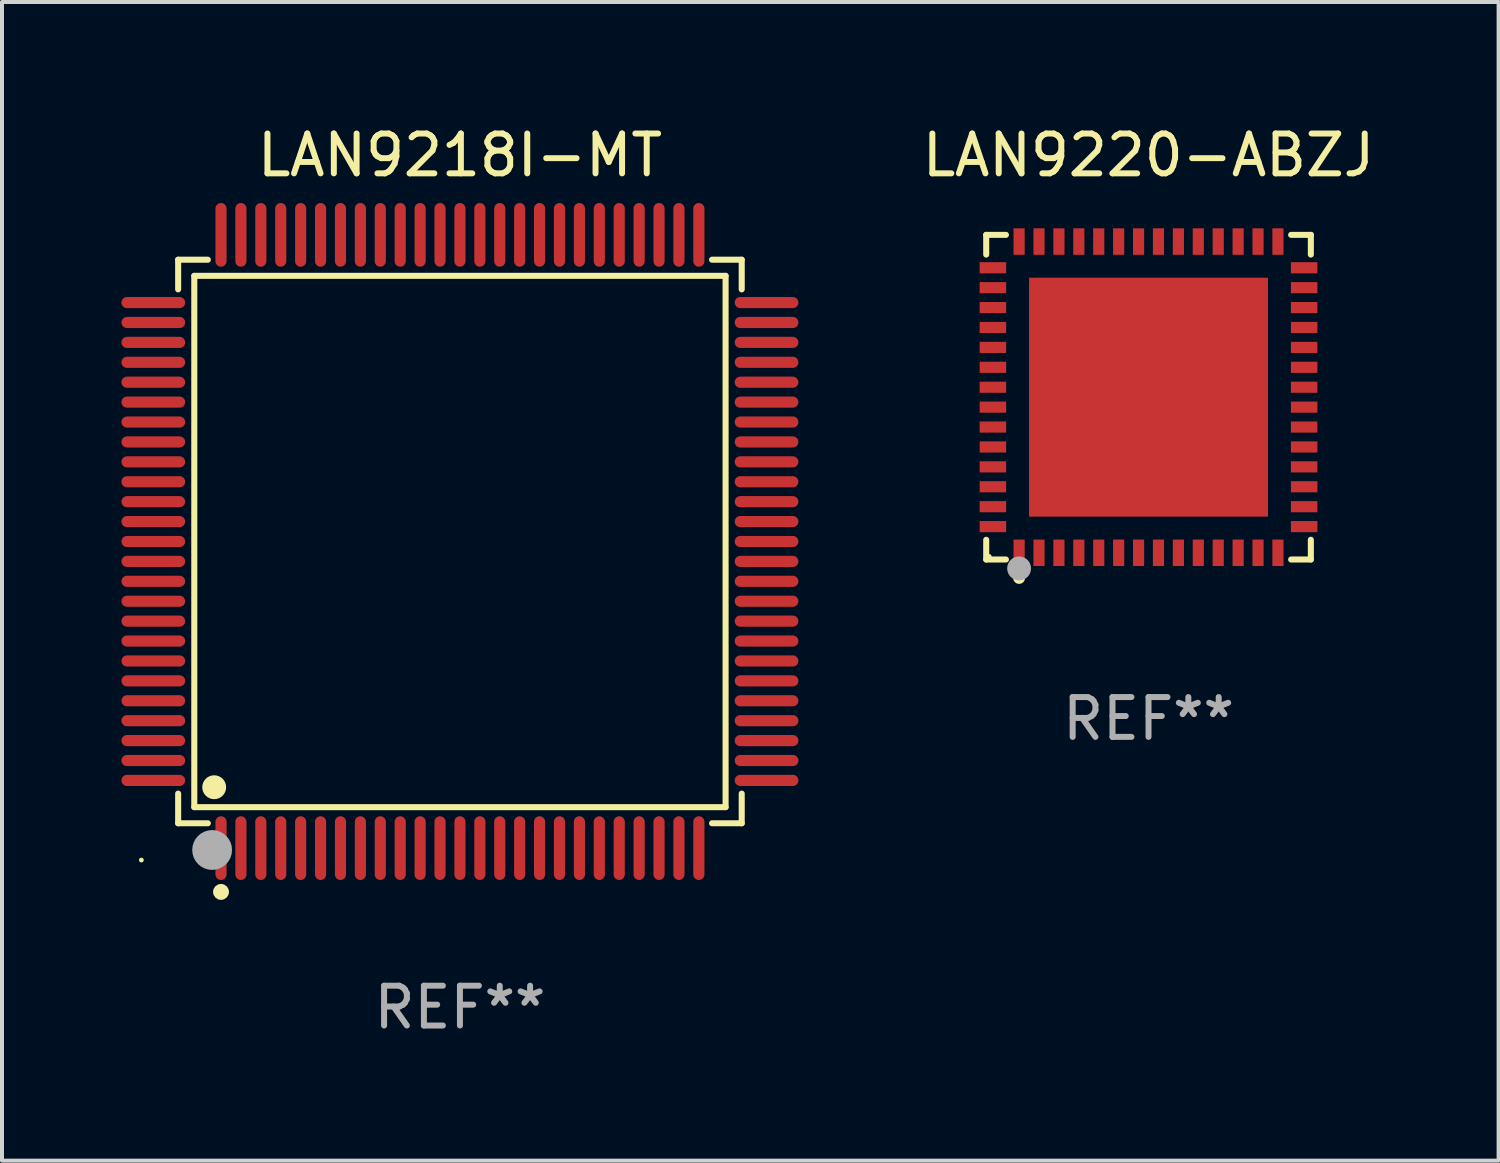
<source format=kicad_pcb>
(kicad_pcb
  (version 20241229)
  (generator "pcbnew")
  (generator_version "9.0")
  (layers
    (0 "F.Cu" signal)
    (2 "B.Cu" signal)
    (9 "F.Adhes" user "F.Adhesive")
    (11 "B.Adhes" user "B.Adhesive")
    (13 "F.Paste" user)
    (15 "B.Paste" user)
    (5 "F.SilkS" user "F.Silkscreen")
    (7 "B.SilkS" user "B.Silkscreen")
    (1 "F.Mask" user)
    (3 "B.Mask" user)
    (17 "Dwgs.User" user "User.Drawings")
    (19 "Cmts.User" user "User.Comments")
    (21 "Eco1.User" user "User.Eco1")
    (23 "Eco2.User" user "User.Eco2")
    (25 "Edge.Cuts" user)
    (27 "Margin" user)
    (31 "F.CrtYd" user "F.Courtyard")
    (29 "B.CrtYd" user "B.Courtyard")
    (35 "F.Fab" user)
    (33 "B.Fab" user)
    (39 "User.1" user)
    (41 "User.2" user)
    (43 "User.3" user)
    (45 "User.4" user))
  (footprint "LAN9218I-MT"
    (layer "F.Cu")
    (at 8.5 10.548)
    (property "Reference" "LAN9218I-MT" (at 0 -9.7 0) (layer "F.SilkS") (effects (font (size 1 1) (thickness 0.15))))
    (attr through_hole)
    (fp_line (start -7.076 -7.076) (end -6.331 -7.076) (stroke (width 0.152) (type solid)) (layer "F.SilkS"))
    (fp_line (start -7.076 -6.331) (end -7.076 -7.076) (stroke (width 0.152) (type solid)) (layer "F.SilkS"))
    (fp_line (start -7.076 6.331) (end -7.076 7.076) (stroke (width 0.152) (type solid)) (layer "F.SilkS"))
    (fp_line (start -7.076 7.076) (end -6.331 7.076) (stroke (width 0.152) (type solid)) (layer "F.SilkS"))
    (fp_line (start -6.671 -6.671) (end 6.671 -6.671) (stroke (width 0.152) (type solid)) (layer "F.SilkS"))
    (fp_line (start -6.671 6.671) (end -6.671 -6.671) (stroke (width 0.152) (type solid)) (layer "F.SilkS"))
    (fp_line (start 6.671 -6.671) (end 6.671 6.671) (stroke (width 0.152) (type solid)) (layer "F.SilkS"))
    (fp_line (start 6.671 6.671) (end -6.671 6.671) (stroke (width 0.152) (type solid)) (layer "F.SilkS"))
    (fp_line (start 7.076 -7.076) (end 6.331 -7.076) (stroke (width 0.152) (type solid)) (layer "F.SilkS"))
    (fp_line (start 7.076 -6.331) (end 7.076 -7.076) (stroke (width 0.152) (type solid)) (layer "F.SilkS"))
    (fp_line (start 7.076 6.331) (end 7.076 7.076) (stroke (width 0.152) (type solid)) (layer "F.SilkS"))
    (fp_line (start 7.076 7.076) (end 6.331 7.076) (stroke (width 0.152) (type solid)) (layer "F.SilkS"))
    (fp_circle (center -8 8) (end -7.97 8) (stroke (width 0.06) (type solid)) (fill no) (layer "F.SilkS"))
    (fp_circle (center -6.171 6.171) (end -6.021 6.171) (stroke (width 0.3) (type solid)) (fill no) (layer "F.SilkS"))
    (fp_circle (center -6 8.8) (end -5.9 8.8) (stroke (width 0.2) (type solid)) (fill no) (layer "F.SilkS"))
    (fp_circle (center -6.223 7.747) (end -5.973 7.747) (stroke (width 0.5) (type solid)) (fill no) (layer "F.Fab"))
    (fp_text user "REF**" (at 0 11.7 0) (layer "F.Fab") (effects (font (size 1 1) (thickness 0.15))))
    (pad "1" smd oval (at -6 7.7) (size 0.28 1.6) (layers "F.Cu" "F.Mask" "F.Paste"))
    (pad "2" smd oval (at -5.5 7.7) (size 0.28 1.6) (layers "F.Cu" "F.Mask" "F.Paste"))
    (pad "3" smd oval (at -5 7.7) (size 0.28 1.6) (layers "F.Cu" "F.Mask" "F.Paste"))
    (pad "4" smd oval (at -4.5 7.7) (size 0.28 1.6) (layers "F.Cu" "F.Mask" "F.Paste"))
    (pad "5" smd oval (at -4 7.7) (size 0.28 1.6) (layers "F.Cu" "F.Mask" "F.Paste"))
    (pad "6" smd oval (at -3.5 7.7) (size 0.28 1.6) (layers "F.Cu" "F.Mask" "F.Paste"))
    (pad "7" smd oval (at -3 7.7) (size 0.28 1.6) (layers "F.Cu" "F.Mask" "F.Paste"))
    (pad "8" smd oval (at -2.5 7.7) (size 0.28 1.6) (layers "F.Cu" "F.Mask" "F.Paste"))
    (pad "9" smd oval (at -2 7.7) (size 0.28 1.6) (layers "F.Cu" "F.Mask" "F.Paste"))
    (pad "10" smd oval (at -1.5 7.7) (size 0.28 1.6) (layers "F.Cu" "F.Mask" "F.Paste"))
    (pad "11" smd oval (at -1 7.7) (size 0.28 1.6) (layers "F.Cu" "F.Mask" "F.Paste"))
    (pad "12" smd oval (at -0.5 7.7) (size 0.28 1.6) (layers "F.Cu" "F.Mask" "F.Paste"))
    (pad "13" smd oval (at 0 7.7) (size 0.28 1.6) (layers "F.Cu" "F.Mask" "F.Paste"))
    (pad "14" smd oval (at 0.5 7.7) (size 0.28 1.6) (layers "F.Cu" "F.Mask" "F.Paste"))
    (pad "15" smd oval (at 1 7.7) (size 0.28 1.6) (layers "F.Cu" "F.Mask" "F.Paste"))
    (pad "16" smd oval (at 1.5 7.7) (size 0.28 1.6) (layers "F.Cu" "F.Mask" "F.Paste"))
    (pad "17" smd oval (at 2 7.7) (size 0.28 1.6) (layers "F.Cu" "F.Mask" "F.Paste"))
    (pad "18" smd oval (at 2.5 7.7) (size 0.28 1.6) (layers "F.Cu" "F.Mask" "F.Paste"))
    (pad "19" smd oval (at 3 7.7) (size 0.28 1.6) (layers "F.Cu" "F.Mask" "F.Paste"))
    (pad "20" smd oval (at 3.5 7.7) (size 0.28 1.6) (layers "F.Cu" "F.Mask" "F.Paste"))
    (pad "21" smd oval (at 4 7.7) (size 0.28 1.6) (layers "F.Cu" "F.Mask" "F.Paste"))
    (pad "22" smd oval (at 4.5 7.7) (size 0.28 1.6) (layers "F.Cu" "F.Mask" "F.Paste"))
    (pad "23" smd oval (at 5 7.7) (size 0.28 1.6) (layers "F.Cu" "F.Mask" "F.Paste"))
    (pad "24" smd oval (at 5.5 7.7) (size 0.28 1.6) (layers "F.Cu" "F.Mask" "F.Paste"))
    (pad "25" smd oval (at 6 7.7) (size 0.28 1.6) (layers "F.Cu" "F.Mask" "F.Paste"))
    (pad "26" smd oval (at 7.7 6) (size 1.6 0.28) (layers "F.Cu" "F.Mask" "F.Paste"))
    (pad "27" smd oval (at 7.7 5.5) (size 1.6 0.28) (layers "F.Cu" "F.Mask" "F.Paste"))
    (pad "28" smd oval (at 7.7 5) (size 1.6 0.28) (layers "F.Cu" "F.Mask" "F.Paste"))
    (pad "29" smd oval (at 7.7 4.5) (size 1.6 0.28) (layers "F.Cu" "F.Mask" "F.Paste"))
    (pad "30" smd oval (at 7.7 4) (size 1.6 0.28) (layers "F.Cu" "F.Mask" "F.Paste"))
    (pad "31" smd oval (at 7.7 3.5) (size 1.6 0.28) (layers "F.Cu" "F.Mask" "F.Paste"))
    (pad "32" smd oval (at 7.7 3) (size 1.6 0.28) (layers "F.Cu" "F.Mask" "F.Paste"))
    (pad "33" smd oval (at 7.7 2.5) (size 1.6 0.28) (layers "F.Cu" "F.Mask" "F.Paste"))
    (pad "34" smd oval (at 7.7 2) (size 1.6 0.28) (layers "F.Cu" "F.Mask" "F.Paste"))
    (pad "35" smd oval (at 7.7 1.5) (size 1.6 0.28) (layers "F.Cu" "F.Mask" "F.Paste"))
    (pad "36" smd oval (at 7.7 1) (size 1.6 0.28) (layers "F.Cu" "F.Mask" "F.Paste"))
    (pad "37" smd oval (at 7.7 0.5) (size 1.6 0.28) (layers "F.Cu" "F.Mask" "F.Paste"))
    (pad "38" smd oval (at 7.7 0) (size 1.6 0.28) (layers "F.Cu" "F.Mask" "F.Paste"))
    (pad "39" smd oval (at 7.7 -0.5) (size 1.6 0.28) (layers "F.Cu" "F.Mask" "F.Paste"))
    (pad "40" smd oval (at 7.7 -1) (size 1.6 0.28) (layers "F.Cu" "F.Mask" "F.Paste"))
    (pad "41" smd oval (at 7.7 -1.5) (size 1.6 0.28) (layers "F.Cu" "F.Mask" "F.Paste"))
    (pad "42" smd oval (at 7.7 -2) (size 1.6 0.28) (layers "F.Cu" "F.Mask" "F.Paste"))
    (pad "43" smd oval (at 7.7 -2.5) (size 1.6 0.28) (layers "F.Cu" "F.Mask" "F.Paste"))
    (pad "44" smd oval (at 7.7 -3) (size 1.6 0.28) (layers "F.Cu" "F.Mask" "F.Paste"))
    (pad "45" smd oval (at 7.7 -3.5) (size 1.6 0.28) (layers "F.Cu" "F.Mask" "F.Paste"))
    (pad "46" smd oval (at 7.7 -4) (size 1.6 0.28) (layers "F.Cu" "F.Mask" "F.Paste"))
    (pad "47" smd oval (at 7.7 -4.5) (size 1.6 0.28) (layers "F.Cu" "F.Mask" "F.Paste"))
    (pad "48" smd oval (at 7.7 -5) (size 1.6 0.28) (layers "F.Cu" "F.Mask" "F.Paste"))
    (pad "49" smd oval (at 7.7 -5.5) (size 1.6 0.28) (layers "F.Cu" "F.Mask" "F.Paste"))
    (pad "50" smd oval (at 7.7 -6) (size 1.6 0.28) (layers "F.Cu" "F.Mask" "F.Paste"))
    (pad "51" smd oval (at 6 -7.7) (size 0.28 1.6) (layers "F.Cu" "F.Mask" "F.Paste"))
    (pad "52" smd oval (at 5.5 -7.7) (size 0.28 1.6) (layers "F.Cu" "F.Mask" "F.Paste"))
    (pad "53" smd oval (at 5 -7.7) (size 0.28 1.6) (layers "F.Cu" "F.Mask" "F.Paste"))
    (pad "54" smd oval (at 4.5 -7.7) (size 0.28 1.6) (layers "F.Cu" "F.Mask" "F.Paste"))
    (pad "55" smd oval (at 4 -7.7) (size 0.28 1.6) (layers "F.Cu" "F.Mask" "F.Paste"))
    (pad "56" smd oval (at 3.5 -7.7) (size 0.28 1.6) (layers "F.Cu" "F.Mask" "F.Paste"))
    (pad "57" smd oval (at 3 -7.7) (size 0.28 1.6) (layers "F.Cu" "F.Mask" "F.Paste"))
    (pad "58" smd oval (at 2.5 -7.7) (size 0.28 1.6) (layers "F.Cu" "F.Mask" "F.Paste"))
    (pad "59" smd oval (at 2 -7.7) (size 0.28 1.6) (layers "F.Cu" "F.Mask" "F.Paste"))
    (pad "60" smd oval (at 1.5 -7.7) (size 0.28 1.6) (layers "F.Cu" "F.Mask" "F.Paste"))
    (pad "61" smd oval (at 1 -7.7) (size 0.28 1.6) (layers "F.Cu" "F.Mask" "F.Paste"))
    (pad "62" smd oval (at 0.5 -7.7) (size 0.28 1.6) (layers "F.Cu" "F.Mask" "F.Paste"))
    (pad "63" smd oval (at 0 -7.7) (size 0.28 1.6) (layers "F.Cu" "F.Mask" "F.Paste"))
    (pad "64" smd oval (at -0.5 -7.7) (size 0.28 1.6) (layers "F.Cu" "F.Mask" "F.Paste"))
    (pad "65" smd oval (at -1 -7.7) (size 0.28 1.6) (layers "F.Cu" "F.Mask" "F.Paste"))
    (pad "66" smd oval (at -1.5 -7.7) (size 0.28 1.6) (layers "F.Cu" "F.Mask" "F.Paste"))
    (pad "67" smd oval (at -2 -7.7) (size 0.28 1.6) (layers "F.Cu" "F.Mask" "F.Paste"))
    (pad "68" smd oval (at -2.5 -7.7) (size 0.28 1.6) (layers "F.Cu" "F.Mask" "F.Paste"))
    (pad "69" smd oval (at -3 -7.7) (size 0.28 1.6) (layers "F.Cu" "F.Mask" "F.Paste"))
    (pad "70" smd oval (at -3.5 -7.7) (size 0.28 1.6) (layers "F.Cu" "F.Mask" "F.Paste"))
    (pad "71" smd oval (at -4 -7.7) (size 0.28 1.6) (layers "F.Cu" "F.Mask" "F.Paste"))
    (pad "72" smd oval (at -4.5 -7.7) (size 0.28 1.6) (layers "F.Cu" "F.Mask" "F.Paste"))
    (pad "73" smd oval (at -5 -7.7) (size 0.28 1.6) (layers "F.Cu" "F.Mask" "F.Paste"))
    (pad "74" smd oval (at -5.5 -7.7) (size 0.28 1.6) (layers "F.Cu" "F.Mask" "F.Paste"))
    (pad "75" smd oval (at -6 -7.7) (size 0.28 1.6) (layers "F.Cu" "F.Mask" "F.Paste"))
    (pad "76" smd oval (at -7.7 -6) (size 1.6 0.28) (layers "F.Cu" "F.Mask" "F.Paste"))
    (pad "77" smd oval (at -7.7 -5.5) (size 1.6 0.28) (layers "F.Cu" "F.Mask" "F.Paste"))
    (pad "78" smd oval (at -7.7 -5) (size 1.6 0.28) (layers "F.Cu" "F.Mask" "F.Paste"))
    (pad "79" smd oval (at -7.7 -4.5) (size 1.6 0.28) (layers "F.Cu" "F.Mask" "F.Paste"))
    (pad "80" smd oval (at -7.7 -4) (size 1.6 0.28) (layers "F.Cu" "F.Mask" "F.Paste"))
    (pad "81" smd oval (at -7.7 -3.5) (size 1.6 0.28) (layers "F.Cu" "F.Mask" "F.Paste"))
    (pad "82" smd oval (at -7.7 -3) (size 1.6 0.28) (layers "F.Cu" "F.Mask" "F.Paste"))
    (pad "83" smd oval (at -7.7 -2.5) (size 1.6 0.28) (layers "F.Cu" "F.Mask" "F.Paste"))
    (pad "84" smd oval (at -7.7 -2) (size 1.6 0.28) (layers "F.Cu" "F.Mask" "F.Paste"))
    (pad "85" smd oval (at -7.7 -1.5) (size 1.6 0.28) (layers "F.Cu" "F.Mask" "F.Paste"))
    (pad "86" smd oval (at -7.7 -1) (size 1.6 0.28) (layers "F.Cu" "F.Mask" "F.Paste"))
    (pad "87" smd oval (at -7.7 -0.5) (size 1.6 0.28) (layers "F.Cu" "F.Mask" "F.Paste"))
    (pad "88" smd oval (at -7.7 0) (size 1.6 0.28) (layers "F.Cu" "F.Mask" "F.Paste"))
    (pad "89" smd oval (at -7.7 0.5) (size 1.6 0.28) (layers "F.Cu" "F.Mask" "F.Paste"))
    (pad "90" smd oval (at -7.7 1) (size 1.6 0.28) (layers "F.Cu" "F.Mask" "F.Paste"))
    (pad "91" smd oval (at -7.7 1.5) (size 1.6 0.28) (layers "F.Cu" "F.Mask" "F.Paste"))
    (pad "92" smd oval (at -7.7 2) (size 1.6 0.28) (layers "F.Cu" "F.Mask" "F.Paste"))
    (pad "93" smd oval (at -7.7 2.5) (size 1.6 0.28) (layers "F.Cu" "F.Mask" "F.Paste"))
    (pad "94" smd oval (at -7.7 3) (size 1.6 0.28) (layers "F.Cu" "F.Mask" "F.Paste"))
    (pad "95" smd oval (at -7.7 3.5) (size 1.6 0.28) (layers "F.Cu" "F.Mask" "F.Paste"))
    (pad "96" smd oval (at -7.7 4) (size 1.6 0.28) (layers "F.Cu" "F.Mask" "F.Paste"))
    (pad "97" smd oval (at -7.7 4.5) (size 1.6 0.28) (layers "F.Cu" "F.Mask" "F.Paste"))
    (pad "98" smd oval (at -7.7 5) (size 1.6 0.28) (layers "F.Cu" "F.Mask" "F.Paste"))
    (pad "99" smd oval (at -7.7 5.5) (size 1.6 0.28) (layers "F.Cu" "F.Mask" "F.Paste"))
    (pad "100" smd oval (at -7.7 6) (size 1.6 0.28) (layers "F.Cu" "F.Mask" "F.Paste")))
  (footprint "LAN9220-ABZJ"
    (layer "F.Cu")
    (at 25.792 6.924)
    (property "Reference" "LAN9220-ABZJ" (at 0 -6.076 0) (layer "F.SilkS") (effects (font (size 1 1) (thickness 0.15))))
    (attr through_hole)
    (fp_line (start -4.076 -4.076) (end -3.581 -4.076) (stroke (width 0.152) (type solid)) (layer "F.SilkS"))
    (fp_line (start -4.076 -3.581) (end -4.076 -4.076) (stroke (width 0.152) (type solid)) (layer "F.SilkS"))
    (fp_line (start -4.076 3.581) (end -4.076 4.076) (stroke (width 0.152) (type solid)) (layer "F.SilkS"))
    (fp_line (start -4.076 4.076) (end -3.581 4.076) (stroke (width 0.152) (type solid)) (layer "F.SilkS"))
    (fp_line (start 4.076 -4.076) (end 3.581 -4.076) (stroke (width 0.152) (type solid)) (layer "F.SilkS"))
    (fp_line (start 4.076 -3.581) (end 4.076 -4.076) (stroke (width 0.152) (type solid)) (layer "F.SilkS"))
    (fp_line (start 4.076 3.581) (end 4.076 4.076) (stroke (width 0.152) (type solid)) (layer "F.SilkS"))
    (fp_line (start 4.076 4.076) (end 3.581 4.076) (stroke (width 0.152) (type solid)) (layer "F.SilkS"))
    (fp_circle (center -4 4) (end -3.97 4) (stroke (width 0.06) (type solid)) (fill no) (layer "F.SilkS"))
    (fp_circle (center -3.25 4.54) (end -3.175 4.54) (stroke (width 0.15) (type solid)) (fill no) (layer "F.SilkS"))
    (fp_circle (center -3.25 4.3) (end -3.1 4.3) (stroke (width 0.3) (type solid)) (fill no) (layer "F.Fab"))
    (fp_text user "REF**" (at 0 8.076 0) (layer "F.Fab") (effects (font (size 1 1) (thickness 0.15))))
    (pad "1" smd rect (at -3.25 3.908) (size 0.28 0.665) (layers "F.Cu" "F.Mask" "F.Paste"))
    (pad "2" smd rect (at -2.75 3.908) (size 0.28 0.665) (layers "F.Cu" "F.Mask" "F.Paste"))
    (pad "3" smd rect (at -2.25 3.908) (size 0.28 0.665) (layers "F.Cu" "F.Mask" "F.Paste"))
    (pad "4" smd rect (at -1.75 3.908) (size 0.28 0.665) (layers "F.Cu" "F.Mask" "F.Paste"))
    (pad "5" smd rect (at -1.25 3.908) (size 0.28 0.665) (layers "F.Cu" "F.Mask" "F.Paste"))
    (pad "6" smd rect (at -0.75 3.908) (size 0.28 0.665) (layers "F.Cu" "F.Mask" "F.Paste"))
    (pad "7" smd rect (at -0.25 3.908) (size 0.28 0.665) (layers "F.Cu" "F.Mask" "F.Paste"))
    (pad "8" smd rect (at 0.25 3.908) (size 0.28 0.665) (layers "F.Cu" "F.Mask" "F.Paste"))
    (pad "9" smd rect (at 0.75 3.908) (size 0.28 0.665) (layers "F.Cu" "F.Mask" "F.Paste"))
    (pad "10" smd rect (at 1.25 3.908) (size 0.28 0.665) (layers "F.Cu" "F.Mask" "F.Paste"))
    (pad "11" smd rect (at 1.75 3.908) (size 0.28 0.665) (layers "F.Cu" "F.Mask" "F.Paste"))
    (pad "12" smd rect (at 2.25 3.908) (size 0.28 0.665) (layers "F.Cu" "F.Mask" "F.Paste"))
    (pad "13" smd rect (at 2.75 3.908) (size 0.28 0.665) (layers "F.Cu" "F.Mask" "F.Paste"))
    (pad "14" smd rect (at 3.25 3.908) (size 0.28 0.665) (layers "F.Cu" "F.Mask" "F.Paste"))
    (pad "15" smd rect (at 3.908 3.25) (size 0.665 0.28) (layers "F.Cu" "F.Mask" "F.Paste"))
    (pad "16" smd rect (at 3.908 2.75) (size 0.665 0.28) (layers "F.Cu" "F.Mask" "F.Paste"))
    (pad "17" smd rect (at 3.908 2.25) (size 0.665 0.28) (layers "F.Cu" "F.Mask" "F.Paste"))
    (pad "18" smd rect (at 3.908 1.75) (size 0.665 0.28) (layers "F.Cu" "F.Mask" "F.Paste"))
    (pad "19" smd rect (at 3.908 1.25) (size 0.665 0.28) (layers "F.Cu" "F.Mask" "F.Paste"))
    (pad "20" smd rect (at 3.908 0.75) (size 0.665 0.28) (layers "F.Cu" "F.Mask" "F.Paste"))
    (pad "21" smd rect (at 3.908 0.25) (size 0.665 0.28) (layers "F.Cu" "F.Mask" "F.Paste"))
    (pad "22" smd rect (at 3.908 -0.25) (size 0.665 0.28) (layers "F.Cu" "F.Mask" "F.Paste"))
    (pad "23" smd rect (at 3.908 -0.75) (size 0.665 0.28) (layers "F.Cu" "F.Mask" "F.Paste"))
    (pad "24" smd rect (at 3.908 -1.25) (size 0.665 0.28) (layers "F.Cu" "F.Mask" "F.Paste"))
    (pad "25" smd rect (at 3.908 -1.75) (size 0.665 0.28) (layers "F.Cu" "F.Mask" "F.Paste"))
    (pad "26" smd rect (at 3.908 -2.25) (size 0.665 0.28) (layers "F.Cu" "F.Mask" "F.Paste"))
    (pad "27" smd rect (at 3.908 -2.75) (size 0.665 0.28) (layers "F.Cu" "F.Mask" "F.Paste"))
    (pad "28" smd rect (at 3.908 -3.25) (size 0.665 0.28) (layers "F.Cu" "F.Mask" "F.Paste"))
    (pad "29" smd rect (at 3.25 -3.908) (size 0.28 0.665) (layers "F.Cu" "F.Mask" "F.Paste"))
    (pad "30" smd rect (at 2.75 -3.908) (size 0.28 0.665) (layers "F.Cu" "F.Mask" "F.Paste"))
    (pad "31" smd rect (at 2.25 -3.908) (size 0.28 0.665) (layers "F.Cu" "F.Mask" "F.Paste"))
    (pad "32" smd rect (at 1.75 -3.908) (size 0.28 0.665) (layers "F.Cu" "F.Mask" "F.Paste"))
    (pad "33" smd rect (at 1.25 -3.908) (size 0.28 0.665) (layers "F.Cu" "F.Mask" "F.Paste"))
    (pad "34" smd rect (at 0.75 -3.908) (size 0.28 0.665) (layers "F.Cu" "F.Mask" "F.Paste"))
    (pad "35" smd rect (at 0.25 -3.908) (size 0.28 0.665) (layers "F.Cu" "F.Mask" "F.Paste"))
    (pad "36" smd rect (at -0.25 -3.908) (size 0.28 0.665) (layers "F.Cu" "F.Mask" "F.Paste"))
    (pad "37" smd rect (at -0.75 -3.908) (size 0.28 0.665) (layers "F.Cu" "F.Mask" "F.Paste"))
    (pad "38" smd rect (at -1.25 -3.908) (size 0.28 0.665) (layers "F.Cu" "F.Mask" "F.Paste"))
    (pad "39" smd rect (at -1.75 -3.908) (size 0.28 0.665) (layers "F.Cu" "F.Mask" "F.Paste"))
    (pad "40" smd rect (at -2.25 -3.908) (size 0.28 0.665) (layers "F.Cu" "F.Mask" "F.Paste"))
    (pad "41" smd rect (at -2.75 -3.908) (size 0.28 0.665) (layers "F.Cu" "F.Mask" "F.Paste"))
    (pad "42" smd rect (at -3.25 -3.908) (size 0.28 0.665) (layers "F.Cu" "F.Mask" "F.Paste"))
    (pad "43" smd rect (at -3.908 -3.25) (size 0.665 0.28) (layers "F.Cu" "F.Mask" "F.Paste"))
    (pad "44" smd rect (at -3.908 -2.75) (size 0.665 0.28) (layers "F.Cu" "F.Mask" "F.Paste"))
    (pad "45" smd rect (at -3.908 -2.25) (size 0.665 0.28) (layers "F.Cu" "F.Mask" "F.Paste"))
    (pad "46" smd rect (at -3.908 -1.75) (size 0.665 0.28) (layers "F.Cu" "F.Mask" "F.Paste"))
    (pad "47" smd rect (at -3.908 -1.25) (size 0.665 0.28) (layers "F.Cu" "F.Mask" "F.Paste"))
    (pad "48" smd rect (at -3.908 -0.75) (size 0.665 0.28) (layers "F.Cu" "F.Mask" "F.Paste"))
    (pad "49" smd rect (at -3.908 -0.25) (size 0.665 0.28) (layers "F.Cu" "F.Mask" "F.Paste"))
    (pad "50" smd rect (at -3.908 0.25) (size 0.665 0.28) (layers "F.Cu" "F.Mask" "F.Paste"))
    (pad "51" smd rect (at -3.908 0.75) (size 0.665 0.28) (layers "F.Cu" "F.Mask" "F.Paste"))
    (pad "52" smd rect (at -3.908 1.25) (size 0.665 0.28) (layers "F.Cu" "F.Mask" "F.Paste"))
    (pad "53" smd rect (at -3.908 1.75) (size 0.665 0.28) (layers "F.Cu" "F.Mask" "F.Paste"))
    (pad "54" smd rect (at -3.908 2.25) (size 0.665 0.28) (layers "F.Cu" "F.Mask" "F.Paste"))
    (pad "55" smd rect (at -3.908 2.75) (size 0.665 0.28) (layers "F.Cu" "F.Mask" "F.Paste"))
    (pad "56" smd rect (at -3.908 3.25) (size 0.665 0.28) (layers "F.Cu" "F.Mask" "F.Paste"))
    (pad "57" smd rect (at 0 0) (size 6 6) (layers "F.Cu" "F.Mask" "F.Paste")))
  (gr_rect
    (start -3 -3)
    (end 34.583 26.097)
    (stroke (width 0.1) (type default))
    (fill no)
    (layer "Edge.Cuts")))
</source>
